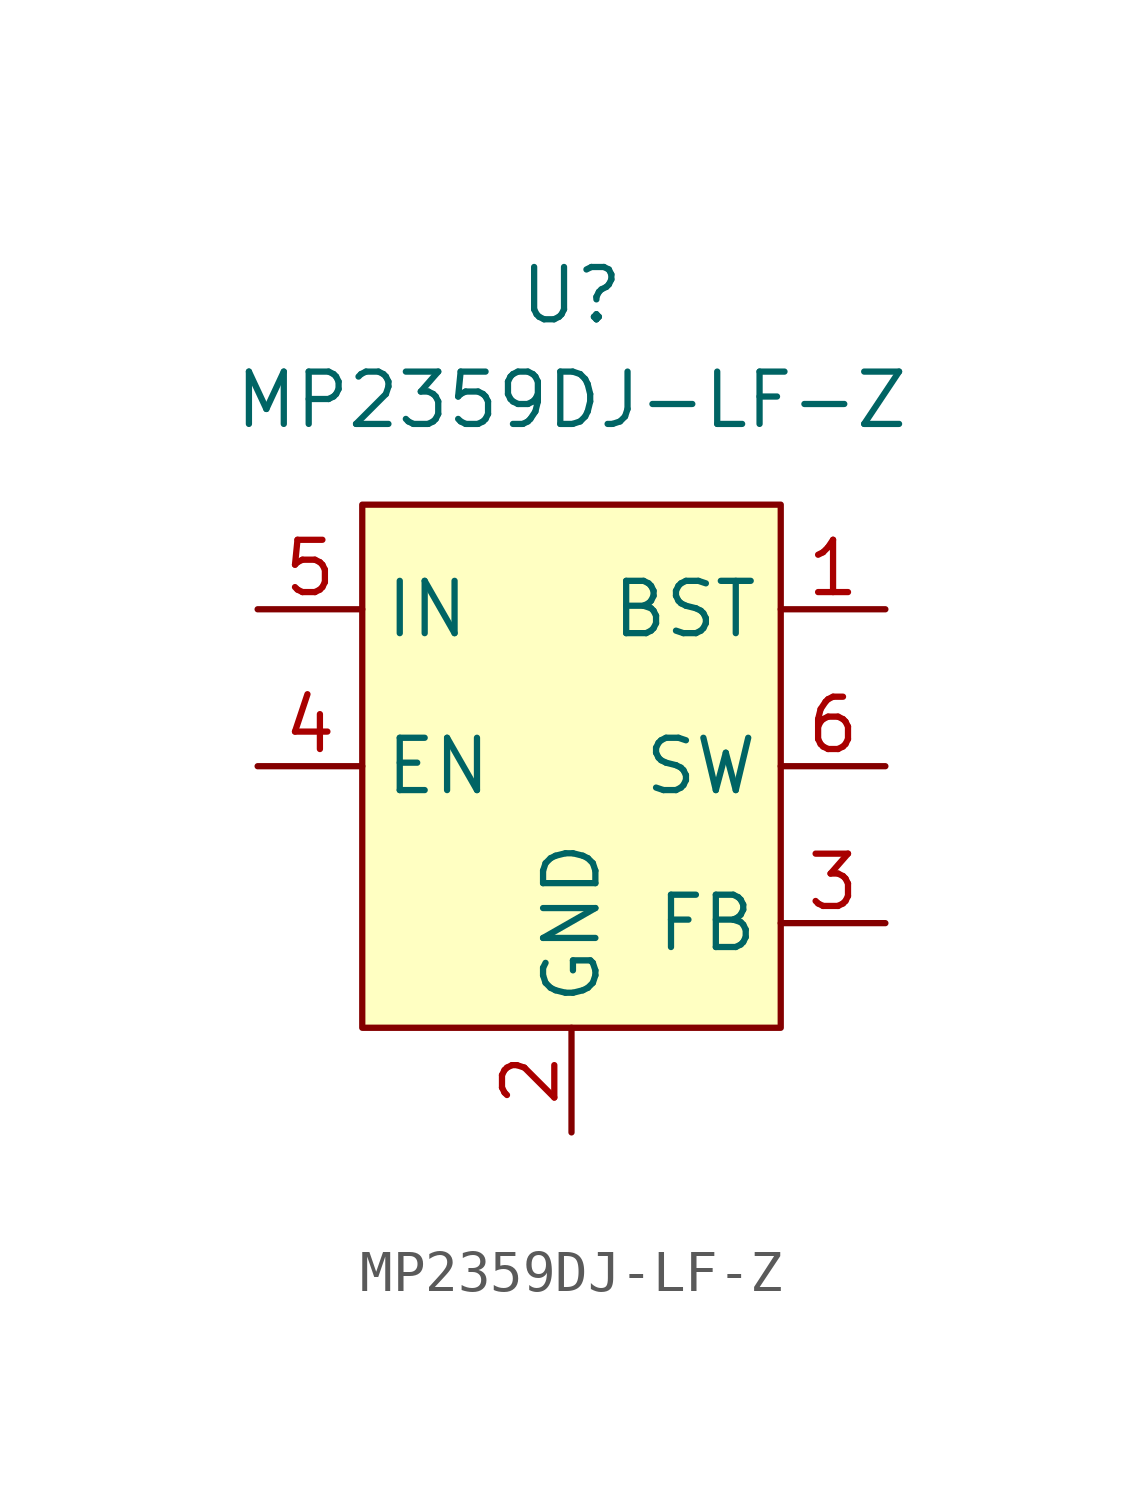
<source format=kicad_sym>
(kicad_symbol_lib
  (version 20211014)
  (generator kicad_symbol_editor)
  (symbol "MP2359DJ-LF-Z"
    (property "Reference" "U"
      (at 0 11.43 0)
      (effects (font (size 1.27 1.27))))
    (property "Value" "MP2359DJ-LF-Z"
      (at 0 8.89 0)
      (effects (font (size 1.27 1.27))))
    (symbol "MP2359DJ-LF-Z_0_1"
      (rectangle (start -5.08 6.35) (end 5.08 -6.35) (stroke (width 0) (type default) (color 0 0 0 0)) (fill (type background))))
    (symbol "MP2359DJ-LF-Z_1_1"
      (pin output line (at 7.62 3.81 180) (length 2.54) (name "BST" (effects (font (size 1.27 1.27)))) (number "1" (effects (font (size 1.27 1.27)))))
      (pin output line (at 0 -8.89 90) (length 2.54) (name "GND" (effects (font (size 1.27 1.27)))) (number "2" (effects (font (size 1.27 1.27)))))
      (pin input line (at 7.62 -3.81 180) (length 2.54) (name "FB" (effects (font (size 1.27 1.27)))) (number "3" (effects (font (size 1.27 1.27)))))
      (pin input line (at -7.62 0 0) (length 2.54) (name "EN" (effects (font (size 1.27 1.27)))) (number "4" (effects (font (size 1.27 1.27)))))
      (pin input line (at -7.62 3.81 0) (length 2.54) (name "IN" (effects (font (size 1.27 1.27)))) (number "5" (effects (font (size 1.27 1.27)))))
      (pin output line (at 7.62 0 180) (length 2.54) (name "SW" (effects (font (size 1.27 1.27)))) (number "6" (effects (font (size 1.27 1.27))))))))
</source>
